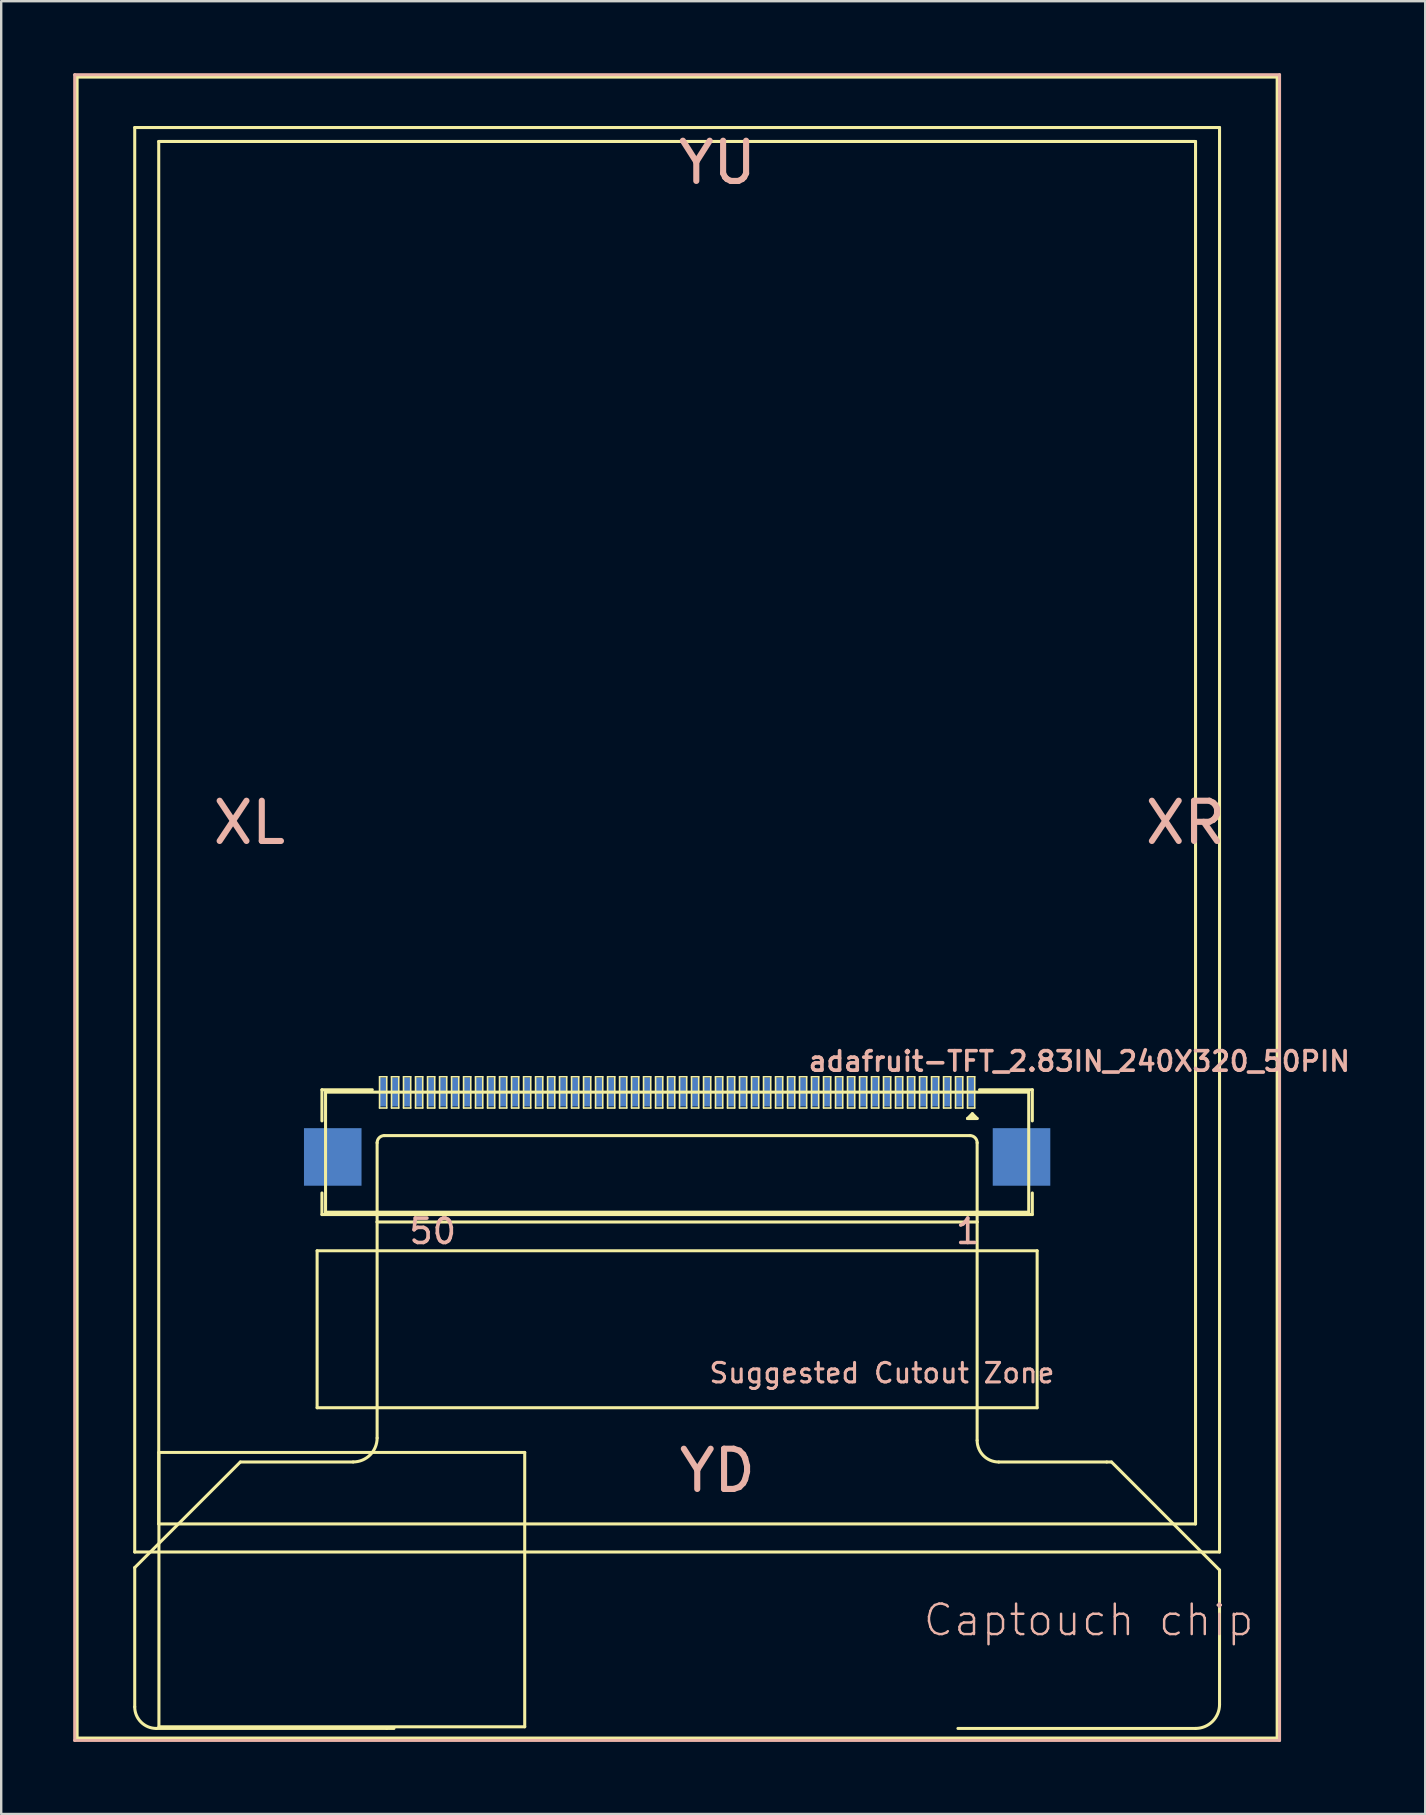
<source format=kicad_pcb>
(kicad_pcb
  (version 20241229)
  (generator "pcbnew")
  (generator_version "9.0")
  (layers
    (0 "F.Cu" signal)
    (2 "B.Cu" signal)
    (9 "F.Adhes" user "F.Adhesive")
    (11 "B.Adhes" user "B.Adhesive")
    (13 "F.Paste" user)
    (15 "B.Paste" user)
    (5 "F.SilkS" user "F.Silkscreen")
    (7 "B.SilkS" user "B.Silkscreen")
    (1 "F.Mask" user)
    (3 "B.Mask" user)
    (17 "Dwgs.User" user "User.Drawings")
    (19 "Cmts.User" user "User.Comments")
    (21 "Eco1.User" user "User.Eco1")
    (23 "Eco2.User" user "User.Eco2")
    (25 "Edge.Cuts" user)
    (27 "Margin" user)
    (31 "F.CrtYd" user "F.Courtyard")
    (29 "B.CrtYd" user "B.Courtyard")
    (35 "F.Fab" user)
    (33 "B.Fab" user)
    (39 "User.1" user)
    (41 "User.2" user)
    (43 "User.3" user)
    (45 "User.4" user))
  (footprint "adafruit-TFT_2.83IN_240X320_50PIN"
    (layer "F.Cu")
    (at 25.161 32.062)
    (property "Reference" "adafruit-TFT_2.83IN_240X320_50PIN" (at 16.756 9.106 0) (layer "B.SilkS") (effects (font (size 0.813 0.813) (thickness 0.152))))
    (attr smd)
    (fp_line (start -24.999 -31.9) (end 24.999 -31.9) (stroke (width 0.127) (type solid)) (layer "F.SilkS"))
    (fp_line (start -24.999 37.3) (end -24.999 -31.9) (stroke (width 0.127) (type solid)) (layer "F.SilkS"))
    (fp_line (start -22.598 -29.799) (end 22.598 -29.799) (stroke (width 0.127) (type solid)) (layer "F.SilkS"))
    (fp_line (start -22.598 29.548) (end -22.598 -29.799) (stroke (width 0.127) (type solid)) (layer "F.SilkS"))
    (fp_line (start -22.598 30.198) (end -18.199 25.799) (stroke (width 0.127) (type solid)) (layer "F.SilkS"))
    (fp_line (start -22.598 35.999) (end -22.598 30.198) (stroke (width 0.127) (type solid)) (layer "F.SilkS"))
    (fp_line (start -21.598 -29.218) (end 21.598 -29.218) (stroke (width 0.127) (type solid)) (layer "F.SilkS"))
    (fp_line (start -21.598 28.379) (end -21.598 -29.218) (stroke (width 0.127) (type solid)) (layer "F.SilkS"))
    (fp_line (start -21.59 25.4) (end -6.35 25.4) (stroke (width 0.127) (type solid)) (layer "F.SilkS"))
    (fp_line (start -21.59 36.83) (end -21.59 25.4) (stroke (width 0.127) (type solid)) (layer "F.SilkS"))
    (fp_line (start -18.199 25.799) (end -13.498 25.799) (stroke (width 0.127) (type solid)) (layer "F.SilkS"))
    (fp_line (start -14.999 16.998) (end 14.999 16.998) (stroke (width 0.127) (type solid)) (layer "F.SilkS"))
    (fp_line (start -14.999 23.538) (end -14.999 16.998) (stroke (width 0.127) (type solid)) (layer "F.SilkS"))
    (fp_line (start -14.798 10.29) (end -14.798 11.587) (stroke (width 0.127) (type solid)) (layer "F.SilkS"))
    (fp_line (start -14.798 15.489) (end -14.798 14.59) (stroke (width 0.127) (type solid)) (layer "F.SilkS"))
    (fp_line (start -14.648 10.389) (end -14.648 15.39) (stroke (width 0.127) (type solid)) (layer "F.SilkS"))
    (fp_line (start -12.7 10.29) (end -14.798 10.29) (stroke (width 0.127) (type solid)) (layer "F.SilkS"))
    (fp_line (start -12.499 15.799) (end -12.499 12.499) (stroke (width 0.127) (type solid)) (layer "F.SilkS"))
    (fp_line (start -12.499 15.799) (end 12.499 15.799) (stroke (width 0.127) (type solid)) (layer "F.SilkS"))
    (fp_line (start -12.499 24.798) (end -12.499 15.799) (stroke (width 0.127) (type solid)) (layer "F.SilkS"))
    (fp_line (start -12.398 9.749) (end -12.098 9.749) (stroke (width 0.066) (type solid)) (layer "F.SilkS"))
    (fp_line (start -12.398 11.049) (end -12.398 9.749) (stroke (width 0.066) (type solid)) (layer "F.SilkS"))
    (fp_line (start -12.398 11.049) (end -12.098 11.049) (stroke (width 0.066) (type solid)) (layer "F.SilkS"))
    (fp_line (start -12.2 12.2) (end 12.2 12.2) (stroke (width 0.127) (type solid)) (layer "F.SilkS"))
    (fp_line (start -12.098 11.049) (end -12.098 9.749) (stroke (width 0.066) (type solid)) (layer "F.SilkS"))
    (fp_line (start -12.098 36.899) (end -21.699 36.899) (stroke (width 0.127) (type solid)) (layer "F.SilkS"))
    (fp_line (start -11.9 9.749) (end -11.598 9.749) (stroke (width 0.066) (type solid)) (layer "F.SilkS"))
    (fp_line (start -11.9 11.049) (end -11.9 9.749) (stroke (width 0.066) (type solid)) (layer "F.SilkS"))
    (fp_line (start -11.9 11.049) (end -11.598 11.049) (stroke (width 0.066) (type solid)) (layer "F.SilkS"))
    (fp_line (start -11.798 36.899) (end -12.098 36.899) (stroke (width 0.127) (type solid)) (layer "F.SilkS"))
    (fp_line (start -11.598 11.049) (end -11.598 9.749) (stroke (width 0.066) (type solid)) (layer "F.SilkS"))
    (fp_line (start -11.4 9.749) (end -11.1 9.749) (stroke (width 0.066) (type solid)) (layer "F.SilkS"))
    (fp_line (start -11.4 11.049) (end -11.4 9.749) (stroke (width 0.066) (type solid)) (layer "F.SilkS"))
    (fp_line (start -11.4 11.049) (end -11.1 11.049) (stroke (width 0.066) (type solid)) (layer "F.SilkS"))
    (fp_line (start -11.1 11.049) (end -11.1 9.749) (stroke (width 0.066) (type solid)) (layer "F.SilkS"))
    (fp_line (start -10.899 9.749) (end -10.599 9.749) (stroke (width 0.066) (type solid)) (layer "F.SilkS"))
    (fp_line (start -10.899 11.049) (end -10.899 9.749) (stroke (width 0.066) (type solid)) (layer "F.SilkS"))
    (fp_line (start -10.899 11.049) (end -10.599 11.049) (stroke (width 0.066) (type solid)) (layer "F.SilkS"))
    (fp_line (start -10.599 11.049) (end -10.599 9.749) (stroke (width 0.066) (type solid)) (layer "F.SilkS"))
    (fp_line (start -10.399 9.749) (end -10.099 9.749) (stroke (width 0.066) (type solid)) (layer "F.SilkS"))
    (fp_line (start -10.399 11.049) (end -10.399 9.749) (stroke (width 0.066) (type solid)) (layer "F.SilkS"))
    (fp_line (start -10.399 11.049) (end -10.099 11.049) (stroke (width 0.066) (type solid)) (layer "F.SilkS"))
    (fp_line (start -10.099 11.049) (end -10.099 9.749) (stroke (width 0.066) (type solid)) (layer "F.SilkS"))
    (fp_line (start -9.898 9.749) (end -9.599 9.749) (stroke (width 0.066) (type solid)) (layer "F.SilkS"))
    (fp_line (start -9.898 11.049) (end -9.898 9.749) (stroke (width 0.066) (type solid)) (layer "F.SilkS"))
    (fp_line (start -9.898 11.049) (end -9.599 11.049) (stroke (width 0.066) (type solid)) (layer "F.SilkS"))
    (fp_line (start -9.599 11.049) (end -9.599 9.749) (stroke (width 0.066) (type solid)) (layer "F.SilkS"))
    (fp_line (start -9.398 9.749) (end -9.098 9.749) (stroke (width 0.066) (type solid)) (layer "F.SilkS"))
    (fp_line (start -9.398 11.049) (end -9.398 9.749) (stroke (width 0.066) (type solid)) (layer "F.SilkS"))
    (fp_line (start -9.398 11.049) (end -9.098 11.049) (stroke (width 0.066) (type solid)) (layer "F.SilkS"))
    (fp_line (start -9.098 11.049) (end -9.098 9.749) (stroke (width 0.066) (type solid)) (layer "F.SilkS"))
    (fp_line (start -8.898 9.749) (end -8.598 9.749) (stroke (width 0.066) (type solid)) (layer "F.SilkS"))
    (fp_line (start -8.898 11.049) (end -8.898 9.749) (stroke (width 0.066) (type solid)) (layer "F.SilkS"))
    (fp_line (start -8.898 11.049) (end -8.598 11.049) (stroke (width 0.066) (type solid)) (layer "F.SilkS"))
    (fp_line (start -8.598 11.049) (end -8.598 9.749) (stroke (width 0.066) (type solid)) (layer "F.SilkS"))
    (fp_line (start -8.4 9.749) (end -8.098 9.749) (stroke (width 0.066) (type solid)) (layer "F.SilkS"))
    (fp_line (start -8.4 11.049) (end -8.4 9.749) (stroke (width 0.066) (type solid)) (layer "F.SilkS"))
    (fp_line (start -8.4 11.049) (end -8.098 11.049) (stroke (width 0.066) (type solid)) (layer "F.SilkS"))
    (fp_line (start -8.098 11.049) (end -8.098 9.749) (stroke (width 0.066) (type solid)) (layer "F.SilkS"))
    (fp_line (start -7.899 9.749) (end -7.6 9.749) (stroke (width 0.066) (type solid)) (layer "F.SilkS"))
    (fp_line (start -7.899 11.049) (end -7.899 9.749) (stroke (width 0.066) (type solid)) (layer "F.SilkS"))
    (fp_line (start -7.899 11.049) (end -7.6 11.049) (stroke (width 0.066) (type solid)) (layer "F.SilkS"))
    (fp_line (start -7.6 11.049) (end -7.6 9.749) (stroke (width 0.066) (type solid)) (layer "F.SilkS"))
    (fp_line (start -7.399 9.749) (end -7.099 9.749) (stroke (width 0.066) (type solid)) (layer "F.SilkS"))
    (fp_line (start -7.399 11.049) (end -7.399 9.749) (stroke (width 0.066) (type solid)) (layer "F.SilkS"))
    (fp_line (start -7.399 11.049) (end -7.099 11.049) (stroke (width 0.066) (type solid)) (layer "F.SilkS"))
    (fp_line (start -7.099 11.049) (end -7.099 9.749) (stroke (width 0.066) (type solid)) (layer "F.SilkS"))
    (fp_line (start -6.899 9.749) (end -6.599 9.749) (stroke (width 0.066) (type solid)) (layer "F.SilkS"))
    (fp_line (start -6.899 11.049) (end -6.899 9.749) (stroke (width 0.066) (type solid)) (layer "F.SilkS"))
    (fp_line (start -6.899 11.049) (end -6.599 11.049) (stroke (width 0.066) (type solid)) (layer "F.SilkS"))
    (fp_line (start -6.599 11.049) (end -6.599 9.749) (stroke (width 0.066) (type solid)) (layer "F.SilkS"))
    (fp_line (start -6.398 9.749) (end -6.099 9.749) (stroke (width 0.066) (type solid)) (layer "F.SilkS"))
    (fp_line (start -6.398 11.049) (end -6.398 9.749) (stroke (width 0.066) (type solid)) (layer "F.SilkS"))
    (fp_line (start -6.398 11.049) (end -6.099 11.049) (stroke (width 0.066) (type solid)) (layer "F.SilkS"))
    (fp_line (start -6.35 25.4) (end -6.35 36.83) (stroke (width 0.127) (type solid)) (layer "F.SilkS"))
    (fp_line (start -6.35 36.83) (end -21.59 36.83) (stroke (width 0.127) (type solid)) (layer "F.SilkS"))
    (fp_line (start -6.099 11.049) (end -6.099 9.749) (stroke (width 0.066) (type solid)) (layer "F.SilkS"))
    (fp_line (start -5.898 9.749) (end -5.598 9.749) (stroke (width 0.066) (type solid)) (layer "F.SilkS"))
    (fp_line (start -5.898 11.049) (end -5.898 9.749) (stroke (width 0.066) (type solid)) (layer "F.SilkS"))
    (fp_line (start -5.898 11.049) (end -5.598 11.049) (stroke (width 0.066) (type solid)) (layer "F.SilkS"))
    (fp_line (start -5.598 11.049) (end -5.598 9.749) (stroke (width 0.066) (type solid)) (layer "F.SilkS"))
    (fp_line (start -5.397 9.749) (end -5.098 9.749) (stroke (width 0.066) (type solid)) (layer "F.SilkS"))
    (fp_line (start -5.397 11.049) (end -5.397 9.749) (stroke (width 0.066) (type solid)) (layer "F.SilkS"))
    (fp_line (start -5.397 11.049) (end -5.098 11.049) (stroke (width 0.066) (type solid)) (layer "F.SilkS"))
    (fp_line (start -5.098 11.049) (end -5.098 9.749) (stroke (width 0.066) (type solid)) (layer "F.SilkS"))
    (fp_line (start -4.9 9.749) (end -4.6 9.749) (stroke (width 0.066) (type solid)) (layer "F.SilkS"))
    (fp_line (start -4.9 11.049) (end -4.9 9.749) (stroke (width 0.066) (type solid)) (layer "F.SilkS"))
    (fp_line (start -4.9 11.049) (end -4.6 11.049) (stroke (width 0.066) (type solid)) (layer "F.SilkS"))
    (fp_line (start -4.6 11.049) (end -4.6 9.749) (stroke (width 0.066) (type solid)) (layer "F.SilkS"))
    (fp_line (start -4.399 9.749) (end -4.1 9.749) (stroke (width 0.066) (type solid)) (layer "F.SilkS"))
    (fp_line (start -4.399 11.049) (end -4.399 9.749) (stroke (width 0.066) (type solid)) (layer "F.SilkS"))
    (fp_line (start -4.399 11.049) (end -4.1 11.049) (stroke (width 0.066) (type solid)) (layer "F.SilkS"))
    (fp_line (start -4.1 11.049) (end -4.1 9.749) (stroke (width 0.066) (type solid)) (layer "F.SilkS"))
    (fp_line (start -3.899 9.749) (end -3.599 9.749) (stroke (width 0.066) (type solid)) (layer "F.SilkS"))
    (fp_line (start -3.899 11.049) (end -3.899 9.749) (stroke (width 0.066) (type solid)) (layer "F.SilkS"))
    (fp_line (start -3.899 11.049) (end -3.599 11.049) (stroke (width 0.066) (type solid)) (layer "F.SilkS"))
    (fp_line (start -3.599 11.049) (end -3.599 9.749) (stroke (width 0.066) (type solid)) (layer "F.SilkS"))
    (fp_line (start -3.399 9.749) (end -3.099 9.749) (stroke (width 0.066) (type solid)) (layer "F.SilkS"))
    (fp_line (start -3.399 11.049) (end -3.399 9.749) (stroke (width 0.066) (type solid)) (layer "F.SilkS"))
    (fp_line (start -3.399 11.049) (end -3.099 11.049) (stroke (width 0.066) (type solid)) (layer "F.SilkS"))
    (fp_line (start -3.099 11.049) (end -3.099 9.749) (stroke (width 0.066) (type solid)) (layer "F.SilkS"))
    (fp_line (start -2.898 9.749) (end -2.598 9.749) (stroke (width 0.066) (type solid)) (layer "F.SilkS"))
    (fp_line (start -2.898 11.049) (end -2.898 9.749) (stroke (width 0.066) (type solid)) (layer "F.SilkS"))
    (fp_line (start -2.898 11.049) (end -2.598 11.049) (stroke (width 0.066) (type solid)) (layer "F.SilkS"))
    (fp_line (start -2.598 11.049) (end -2.598 9.749) (stroke (width 0.066) (type solid)) (layer "F.SilkS"))
    (fp_line (start -2.398 9.749) (end -2.098 9.749) (stroke (width 0.066) (type solid)) (layer "F.SilkS"))
    (fp_line (start -2.398 11.049) (end -2.398 9.749) (stroke (width 0.066) (type solid)) (layer "F.SilkS"))
    (fp_line (start -2.398 11.049) (end -2.098 11.049) (stroke (width 0.066) (type solid)) (layer "F.SilkS"))
    (fp_line (start -2.098 11.049) (end -2.098 9.749) (stroke (width 0.066) (type solid)) (layer "F.SilkS"))
    (fp_line (start -1.9 9.749) (end -1.598 9.749) (stroke (width 0.066) (type solid)) (layer "F.SilkS"))
    (fp_line (start -1.9 11.049) (end -1.9 9.749) (stroke (width 0.066) (type solid)) (layer "F.SilkS"))
    (fp_line (start -1.9 11.049) (end -1.598 11.049) (stroke (width 0.066) (type solid)) (layer "F.SilkS"))
    (fp_line (start -1.598 11.049) (end -1.598 9.749) (stroke (width 0.066) (type solid)) (layer "F.SilkS"))
    (fp_line (start -1.4 9.749) (end -1.1 9.749) (stroke (width 0.066) (type solid)) (layer "F.SilkS"))
    (fp_line (start -1.4 11.049) (end -1.4 9.749) (stroke (width 0.066) (type solid)) (layer "F.SilkS"))
    (fp_line (start -1.4 11.049) (end -1.1 11.049) (stroke (width 0.066) (type solid)) (layer "F.SilkS"))
    (fp_line (start -1.1 11.049) (end -1.1 9.749) (stroke (width 0.066) (type solid)) (layer "F.SilkS"))
    (fp_line (start -0.899 9.749) (end -0.599 9.749) (stroke (width 0.066) (type solid)) (layer "F.SilkS"))
    (fp_line (start -0.899 11.049) (end -0.899 9.749) (stroke (width 0.066) (type solid)) (layer "F.SilkS"))
    (fp_line (start -0.899 11.049) (end -0.599 11.049) (stroke (width 0.066) (type solid)) (layer "F.SilkS"))
    (fp_line (start -0.599 11.049) (end -0.599 9.749) (stroke (width 0.066) (type solid)) (layer "F.SilkS"))
    (fp_line (start -0.399 9.749) (end -0.099 9.749) (stroke (width 0.066) (type solid)) (layer "F.SilkS"))
    (fp_line (start -0.399 11.049) (end -0.399 9.749) (stroke (width 0.066) (type solid)) (layer "F.SilkS"))
    (fp_line (start -0.399 11.049) (end -0.099 11.049) (stroke (width 0.066) (type solid)) (layer "F.SilkS"))
    (fp_line (start -0.099 11.049) (end -0.099 9.749) (stroke (width 0.066) (type solid)) (layer "F.SilkS"))
    (fp_line (start 0.099 9.749) (end 0.399 9.749) (stroke (width 0.066) (type solid)) (layer "F.SilkS"))
    (fp_line (start 0.099 11.049) (end 0.099 9.749) (stroke (width 0.066) (type solid)) (layer "F.SilkS"))
    (fp_line (start 0.099 11.049) (end 0.399 11.049) (stroke (width 0.066) (type solid)) (layer "F.SilkS"))
    (fp_line (start 0.399 11.049) (end 0.399 9.749) (stroke (width 0.066) (type solid)) (layer "F.SilkS"))
    (fp_line (start 0.599 9.749) (end 0.899 9.749) (stroke (width 0.066) (type solid)) (layer "F.SilkS"))
    (fp_line (start 0.599 11.049) (end 0.599 9.749) (stroke (width 0.066) (type solid)) (layer "F.SilkS"))
    (fp_line (start 0.599 11.049) (end 0.899 11.049) (stroke (width 0.066) (type solid)) (layer "F.SilkS"))
    (fp_line (start 0.899 11.049) (end 0.899 9.749) (stroke (width 0.066) (type solid)) (layer "F.SilkS"))
    (fp_line (start 1.1 9.749) (end 1.4 9.749) (stroke (width 0.066) (type solid)) (layer "F.SilkS"))
    (fp_line (start 1.1 11.049) (end 1.1 9.749) (stroke (width 0.066) (type solid)) (layer "F.SilkS"))
    (fp_line (start 1.1 11.049) (end 1.4 11.049) (stroke (width 0.066) (type solid)) (layer "F.SilkS"))
    (fp_line (start 1.4 11.049) (end 1.4 9.749) (stroke (width 0.066) (type solid)) (layer "F.SilkS"))
    (fp_line (start 1.598 9.749) (end 1.9 9.749) (stroke (width 0.066) (type solid)) (layer "F.SilkS"))
    (fp_line (start 1.598 11.049) (end 1.598 9.749) (stroke (width 0.066) (type solid)) (layer "F.SilkS"))
    (fp_line (start 1.598 11.049) (end 1.9 11.049) (stroke (width 0.066) (type solid)) (layer "F.SilkS"))
    (fp_line (start 1.9 11.049) (end 1.9 9.749) (stroke (width 0.066) (type solid)) (layer "F.SilkS"))
    (fp_line (start 2.098 9.749) (end 2.398 9.749) (stroke (width 0.066) (type solid)) (layer "F.SilkS"))
    (fp_line (start 2.098 11.049) (end 2.098 9.749) (stroke (width 0.066) (type solid)) (layer "F.SilkS"))
    (fp_line (start 2.098 11.049) (end 2.398 11.049) (stroke (width 0.066) (type solid)) (layer "F.SilkS"))
    (fp_line (start 2.398 11.049) (end 2.398 9.749) (stroke (width 0.066) (type solid)) (layer "F.SilkS"))
    (fp_line (start 2.598 9.749) (end 2.898 9.749) (stroke (width 0.066) (type solid)) (layer "F.SilkS"))
    (fp_line (start 2.598 11.049) (end 2.598 9.749) (stroke (width 0.066) (type solid)) (layer "F.SilkS"))
    (fp_line (start 2.598 11.049) (end 2.898 11.049) (stroke (width 0.066) (type solid)) (layer "F.SilkS"))
    (fp_line (start 2.898 11.049) (end 2.898 9.749) (stroke (width 0.066) (type solid)) (layer "F.SilkS"))
    (fp_line (start 3.099 9.749) (end 3.399 9.749) (stroke (width 0.066) (type solid)) (layer "F.SilkS"))
    (fp_line (start 3.099 11.049) (end 3.099 9.749) (stroke (width 0.066) (type solid)) (layer "F.SilkS"))
    (fp_line (start 3.099 11.049) (end 3.399 11.049) (stroke (width 0.066) (type solid)) (layer "F.SilkS"))
    (fp_line (start 3.399 11.049) (end 3.399 9.749) (stroke (width 0.066) (type solid)) (layer "F.SilkS"))
    (fp_line (start 3.599 9.749) (end 3.899 9.749) (stroke (width 0.066) (type solid)) (layer "F.SilkS"))
    (fp_line (start 3.599 11.049) (end 3.599 9.749) (stroke (width 0.066) (type solid)) (layer "F.SilkS"))
    (fp_line (start 3.599 11.049) (end 3.899 11.049) (stroke (width 0.066) (type solid)) (layer "F.SilkS"))
    (fp_line (start 3.899 11.049) (end 3.899 9.749) (stroke (width 0.066) (type solid)) (layer "F.SilkS"))
    (fp_line (start 4.1 9.749) (end 4.399 9.749) (stroke (width 0.066) (type solid)) (layer "F.SilkS"))
    (fp_line (start 4.1 11.049) (end 4.1 9.749) (stroke (width 0.066) (type solid)) (layer "F.SilkS"))
    (fp_line (start 4.1 11.049) (end 4.399 11.049) (stroke (width 0.066) (type solid)) (layer "F.SilkS"))
    (fp_line (start 4.399 11.049) (end 4.399 9.749) (stroke (width 0.066) (type solid)) (layer "F.SilkS"))
    (fp_line (start 4.6 9.749) (end 4.9 9.749) (stroke (width 0.066) (type solid)) (layer "F.SilkS"))
    (fp_line (start 4.6 11.049) (end 4.6 9.749) (stroke (width 0.066) (type solid)) (layer "F.SilkS"))
    (fp_line (start 4.6 11.049) (end 4.9 11.049) (stroke (width 0.066) (type solid)) (layer "F.SilkS"))
    (fp_line (start 4.9 11.049) (end 4.9 9.749) (stroke (width 0.066) (type solid)) (layer "F.SilkS"))
    (fp_line (start 5.098 9.749) (end 5.397 9.749) (stroke (width 0.066) (type solid)) (layer "F.SilkS"))
    (fp_line (start 5.098 11.049) (end 5.098 9.749) (stroke (width 0.066) (type solid)) (layer "F.SilkS"))
    (fp_line (start 5.098 11.049) (end 5.397 11.049) (stroke (width 0.066) (type solid)) (layer "F.SilkS"))
    (fp_line (start 5.397 11.049) (end 5.397 9.749) (stroke (width 0.066) (type solid)) (layer "F.SilkS"))
    (fp_line (start 5.598 9.749) (end 5.898 9.749) (stroke (width 0.066) (type solid)) (layer "F.SilkS"))
    (fp_line (start 5.598 11.049) (end 5.598 9.749) (stroke (width 0.066) (type solid)) (layer "F.SilkS"))
    (fp_line (start 5.598 11.049) (end 5.898 11.049) (stroke (width 0.066) (type solid)) (layer "F.SilkS"))
    (fp_line (start 5.898 11.049) (end 5.898 9.749) (stroke (width 0.066) (type solid)) (layer "F.SilkS"))
    (fp_line (start 6.099 9.749) (end 6.398 9.749) (stroke (width 0.066) (type solid)) (layer "F.SilkS"))
    (fp_line (start 6.099 11.049) (end 6.099 9.749) (stroke (width 0.066) (type solid)) (layer "F.SilkS"))
    (fp_line (start 6.099 11.049) (end 6.398 11.049) (stroke (width 0.066) (type solid)) (layer "F.SilkS"))
    (fp_line (start 6.398 11.049) (end 6.398 9.749) (stroke (width 0.066) (type solid)) (layer "F.SilkS"))
    (fp_line (start 6.599 9.749) (end 6.899 9.749) (stroke (width 0.066) (type solid)) (layer "F.SilkS"))
    (fp_line (start 6.599 11.049) (end 6.599 9.749) (stroke (width 0.066) (type solid)) (layer "F.SilkS"))
    (fp_line (start 6.599 11.049) (end 6.899 11.049) (stroke (width 0.066) (type solid)) (layer "F.SilkS"))
    (fp_line (start 6.899 11.049) (end 6.899 9.749) (stroke (width 0.066) (type solid)) (layer "F.SilkS"))
    (fp_line (start 7.099 9.749) (end 7.399 9.749) (stroke (width 0.066) (type solid)) (layer "F.SilkS"))
    (fp_line (start 7.099 11.049) (end 7.099 9.749) (stroke (width 0.066) (type solid)) (layer "F.SilkS"))
    (fp_line (start 7.099 11.049) (end 7.399 11.049) (stroke (width 0.066) (type solid)) (layer "F.SilkS"))
    (fp_line (start 7.399 11.049) (end 7.399 9.749) (stroke (width 0.066) (type solid)) (layer "F.SilkS"))
    (fp_line (start 7.6 9.749) (end 7.899 9.749) (stroke (width 0.066) (type solid)) (layer "F.SilkS"))
    (fp_line (start 7.6 11.049) (end 7.6 9.749) (stroke (width 0.066) (type solid)) (layer "F.SilkS"))
    (fp_line (start 7.6 11.049) (end 7.899 11.049) (stroke (width 0.066) (type solid)) (layer "F.SilkS"))
    (fp_line (start 7.899 11.049) (end 7.899 9.749) (stroke (width 0.066) (type solid)) (layer "F.SilkS"))
    (fp_line (start 8.098 9.749) (end 8.4 9.749) (stroke (width 0.066) (type solid)) (layer "F.SilkS"))
    (fp_line (start 8.098 11.049) (end 8.098 9.749) (stroke (width 0.066) (type solid)) (layer "F.SilkS"))
    (fp_line (start 8.098 11.049) (end 8.4 11.049) (stroke (width 0.066) (type solid)) (layer "F.SilkS"))
    (fp_line (start 8.4 11.049) (end 8.4 9.749) (stroke (width 0.066) (type solid)) (layer "F.SilkS"))
    (fp_line (start 8.598 9.749) (end 8.898 9.749) (stroke (width 0.066) (type solid)) (layer "F.SilkS"))
    (fp_line (start 8.598 11.049) (end 8.598 9.749) (stroke (width 0.066) (type solid)) (layer "F.SilkS"))
    (fp_line (start 8.598 11.049) (end 8.898 11.049) (stroke (width 0.066) (type solid)) (layer "F.SilkS"))
    (fp_line (start 8.898 11.049) (end 8.898 9.749) (stroke (width 0.066) (type solid)) (layer "F.SilkS"))
    (fp_line (start 9.098 9.749) (end 9.398 9.749) (stroke (width 0.066) (type solid)) (layer "F.SilkS"))
    (fp_line (start 9.098 11.049) (end 9.098 9.749) (stroke (width 0.066) (type solid)) (layer "F.SilkS"))
    (fp_line (start 9.098 11.049) (end 9.398 11.049) (stroke (width 0.066) (type solid)) (layer "F.SilkS"))
    (fp_line (start 9.398 11.049) (end 9.398 9.749) (stroke (width 0.066) (type solid)) (layer "F.SilkS"))
    (fp_line (start 9.599 9.749) (end 9.898 9.749) (stroke (width 0.066) (type solid)) (layer "F.SilkS"))
    (fp_line (start 9.599 11.049) (end 9.599 9.749) (stroke (width 0.066) (type solid)) (layer "F.SilkS"))
    (fp_line (start 9.599 11.049) (end 9.898 11.049) (stroke (width 0.066) (type solid)) (layer "F.SilkS"))
    (fp_line (start 9.898 11.049) (end 9.898 9.749) (stroke (width 0.066) (type solid)) (layer "F.SilkS"))
    (fp_line (start 10.099 9.749) (end 10.399 9.749) (stroke (width 0.066) (type solid)) (layer "F.SilkS"))
    (fp_line (start 10.099 11.049) (end 10.099 9.749) (stroke (width 0.066) (type solid)) (layer "F.SilkS"))
    (fp_line (start 10.099 11.049) (end 10.399 11.049) (stroke (width 0.066) (type solid)) (layer "F.SilkS"))
    (fp_line (start 10.399 11.049) (end 10.399 9.749) (stroke (width 0.066) (type solid)) (layer "F.SilkS"))
    (fp_line (start 10.599 9.749) (end 10.899 9.749) (stroke (width 0.066) (type solid)) (layer "F.SilkS"))
    (fp_line (start 10.599 11.049) (end 10.599 9.749) (stroke (width 0.066) (type solid)) (layer "F.SilkS"))
    (fp_line (start 10.599 11.049) (end 10.899 11.049) (stroke (width 0.066) (type solid)) (layer "F.SilkS"))
    (fp_line (start 10.899 11.049) (end 10.899 9.749) (stroke (width 0.066) (type solid)) (layer "F.SilkS"))
    (fp_line (start 11.1 9.749) (end 11.4 9.749) (stroke (width 0.066) (type solid)) (layer "F.SilkS"))
    (fp_line (start 11.1 11.049) (end 11.1 9.749) (stroke (width 0.066) (type solid)) (layer "F.SilkS"))
    (fp_line (start 11.1 11.049) (end 11.4 11.049) (stroke (width 0.066) (type solid)) (layer "F.SilkS"))
    (fp_line (start 11.4 11.049) (end 11.4 9.749) (stroke (width 0.066) (type solid)) (layer "F.SilkS"))
    (fp_line (start 11.598 9.749) (end 11.9 9.749) (stroke (width 0.066) (type solid)) (layer "F.SilkS"))
    (fp_line (start 11.598 11.049) (end 11.598 9.749) (stroke (width 0.066) (type solid)) (layer "F.SilkS"))
    (fp_line (start 11.598 11.049) (end 11.9 11.049) (stroke (width 0.066) (type solid)) (layer "F.SilkS"))
    (fp_line (start 11.9 11.049) (end 11.9 9.749) (stroke (width 0.066) (type solid)) (layer "F.SilkS"))
    (fp_line (start 12.098 9.749) (end 12.398 9.749) (stroke (width 0.066) (type solid)) (layer "F.SilkS"))
    (fp_line (start 12.098 11.049) (end 12.098 9.749) (stroke (width 0.066) (type solid)) (layer "F.SilkS"))
    (fp_line (start 12.098 11.049) (end 12.398 11.049) (stroke (width 0.066) (type solid)) (layer "F.SilkS"))
    (fp_line (start 12.098 11.488) (end 12.398 11.488) (stroke (width 0.127) (type solid)) (layer "F.SilkS"))
    (fp_line (start 12.299 11.288) (end 12.098 11.488) (stroke (width 0.127) (type solid)) (layer "F.SilkS"))
    (fp_line (start 12.398 11.049) (end 12.398 9.749) (stroke (width 0.066) (type solid)) (layer "F.SilkS"))
    (fp_line (start 12.398 11.488) (end 12.299 11.389) (stroke (width 0.127) (type solid)) (layer "F.SilkS"))
    (fp_line (start 12.499 11.488) (end 12.299 11.288) (stroke (width 0.127) (type solid)) (layer "F.SilkS"))
    (fp_line (start 12.499 11.488) (end 12.398 11.488) (stroke (width 0.127) (type solid)) (layer "F.SilkS"))
    (fp_line (start 12.499 12.499) (end 12.499 15.799) (stroke (width 0.127) (type solid)) (layer "F.SilkS"))
    (fp_line (start 12.499 15.799) (end 12.499 24.9) (stroke (width 0.127) (type solid)) (layer "F.SilkS"))
    (fp_line (start 12.598 10.29) (end 14.798 10.29) (stroke (width 0.127) (type solid)) (layer "F.SilkS"))
    (fp_line (start 13.399 25.799) (end 17.899 25.799) (stroke (width 0.127) (type solid)) (layer "F.SilkS"))
    (fp_line (start 14.648 10.389) (end -14.648 10.389) (stroke (width 0.127) (type solid)) (layer "F.SilkS"))
    (fp_line (start 14.648 15.39) (end -14.648 15.39) (stroke (width 0.127) (type solid)) (layer "F.SilkS"))
    (fp_line (start 14.648 15.39) (end 14.648 10.389) (stroke (width 0.127) (type solid)) (layer "F.SilkS"))
    (fp_line (start 14.798 10.29) (end 14.798 11.587) (stroke (width 0.127) (type solid)) (layer "F.SilkS"))
    (fp_line (start 14.798 14.59) (end 14.798 15.489) (stroke (width 0.127) (type solid)) (layer "F.SilkS"))
    (fp_line (start 14.798 15.489) (end -14.798 15.489) (stroke (width 0.127) (type solid)) (layer "F.SilkS"))
    (fp_line (start 14.999 16.998) (end 14.999 23.538) (stroke (width 0.127) (type solid)) (layer "F.SilkS"))
    (fp_line (start 14.999 23.538) (end -14.999 23.538) (stroke (width 0.127) (type solid)) (layer "F.SilkS"))
    (fp_line (start 17.899 25.799) (end 18.098 25.799) (stroke (width 0.127) (type solid)) (layer "F.SilkS"))
    (fp_line (start 18.098 25.799) (end 22.598 30.3) (stroke (width 0.127) (type solid)) (layer "F.SilkS"))
    (fp_line (start 21.598 -29.218) (end 21.598 28.379) (stroke (width 0.127) (type solid)) (layer "F.SilkS"))
    (fp_line (start 21.598 28.379) (end -21.598 28.379) (stroke (width 0.127) (type solid)) (layer "F.SilkS"))
    (fp_line (start 21.598 36.899) (end 11.699 36.899) (stroke (width 0.127) (type solid)) (layer "F.SilkS"))
    (fp_line (start 22.598 -29.799) (end 22.598 29.548) (stroke (width 0.127) (type solid)) (layer "F.SilkS"))
    (fp_line (start 22.598 29.548) (end -22.598 29.548) (stroke (width 0.127) (type solid)) (layer "F.SilkS"))
    (fp_line (start 22.598 30.3) (end 22.598 35.898) (stroke (width 0.127) (type solid)) (layer "F.SilkS"))
    (fp_line (start 24.999 -31.9) (end 24.999 37.3) (stroke (width 0.127) (type solid)) (layer "F.SilkS"))
    (fp_line (start 24.999 37.3) (end -24.999 37.3) (stroke (width 0.127) (type solid)) (layer "F.SilkS"))
    (fp_arc (start -21.69922 36.89858) (mid -22.335022 36.635222) (end -22.59838 35.99942) (stroke (width 0.127) (type solid)) (layer "F.SilkS"))
    (fp_arc (start -12.49934 12.49934) (mid -12.411554 12.287406) (end -12.19962 12.19962) (stroke (width 0.127) (type solid)) (layer "F.SilkS"))
    (fp_arc (start -12.49934 24.79802) (mid -12.791712 25.503868) (end -13.49756 25.79624) (stroke (width 0.127) (type solid)) (layer "F.SilkS"))
    (fp_arc (start 12.19962 12.19962) (mid 12.411554 12.287406) (end 12.49934 12.49934) (stroke (width 0.127) (type solid)) (layer "F.SilkS"))
    (fp_arc (start 13.3985 25.79878) (mid 12.762698 25.535422) (end 12.49934 24.89962) (stroke (width 0.127) (type solid)) (layer "F.SilkS"))
    (fp_arc (start 22.59838 35.89782) (mid 22.305264 36.605464) (end 21.59762 36.89858) (stroke (width 0.127) (type solid)) (layer "F.SilkS"))
    (fp_line (start -25.098 -31.999) (end 25.098 -31.999) (stroke (width 0.127) (type solid)) (layer "B.SilkS"))
    (fp_line (start -25.098 37.399) (end -25.098 -31.999) (stroke (width 0.127) (type solid)) (layer "B.SilkS"))
    (fp_line (start 25.098 -31.999) (end 25.098 37.399) (stroke (width 0.127) (type solid)) (layer "B.SilkS"))
    (fp_line (start 25.098 37.399) (end -25.098 37.399) (stroke (width 0.127) (type solid)) (layer "B.SilkS"))
    (fp_text user "Suggested Cutout Zone" (at 8.534 22.093 0) (layer "B.SilkS") (effects (font (size 0.813 0.813) (thickness 0.127))))
    (fp_text user "YD" (at 1.676 26.159 0) (layer "B.SilkS") (effects (font (size 1.676 1.676) (thickness 0.254))))
    (fp_text user "YU" (at 1.676 -28.336 0) (layer "B.SilkS") (effects (font (size 1.676 1.676) (thickness 0.254))))
    (fp_text user "1" (at 12.106 16.19 0) (layer "B.SilkS") (effects (font (size 1.016 1.016) (thickness 0.152))))
    (fp_text user "XL" (at -17.823 -0.838 0) (layer "B.SilkS") (effects (font (size 1.676 1.676) (thickness 0.254))))
    (fp_text user "Captouch chip" (at 17.145 32.385 0) (layer "B.SilkS") (effects (font (size 1.27 1.27) (thickness 0.102))))
    (fp_text user "50" (at -10.183 16.19 0) (layer "B.SilkS") (effects (font (size 1.016 1.016) (thickness 0.152))))
    (fp_text user "XR" (at 21.176 -0.838 0) (layer "B.SilkS") (effects (font (size 1.676 1.676) (thickness 0.254))))
    (pad "1" smd rect (at 12.248 10.389 180) (size 0.274 1.199) (layers "B.Cu" "B.Mask"))
    (pad "2" smd rect (at 11.748 10.389 180) (size 0.274 1.199) (layers "B.Cu" "B.Mask"))
    (pad "3" smd rect (at 11.25 10.389 180) (size 0.274 1.199) (layers "B.Cu" "B.Mask"))
    (pad "4" smd rect (at 10.749 10.389 180) (size 0.274 1.199) (layers "B.Cu" "B.Mask"))
    (pad "5" smd rect (at 10.249 10.389 180) (size 0.274 1.199) (layers "B.Cu" "B.Mask"))
    (pad "6" smd rect (at 9.749 10.389 180) (size 0.274 1.199) (layers "B.Cu" "B.Mask"))
    (pad "7" smd rect (at 9.248 10.389 180) (size 0.274 1.199) (layers "B.Cu" "B.Mask"))
    (pad "8" smd rect (at 8.748 10.389 180) (size 0.274 1.199) (layers "B.Cu" "B.Mask"))
    (pad "9" smd rect (at 8.25 10.389 180) (size 0.274 1.199) (layers "B.Cu" "B.Mask"))
    (pad "10" smd rect (at 7.75 10.389 180) (size 0.274 1.199) (layers "B.Cu" "B.Mask"))
    (pad "11" smd rect (at 7.249 10.389 180) (size 0.274 1.199) (layers "B.Cu" "B.Mask"))
    (pad "12" smd rect (at 6.749 10.389 180) (size 0.274 1.199) (layers "B.Cu" "B.Mask"))
    (pad "13" smd rect (at 6.248 10.389 180) (size 0.274 1.199) (layers "B.Cu" "B.Mask"))
    (pad "14" smd rect (at 5.748 10.389 180) (size 0.274 1.199) (layers "B.Cu" "B.Mask"))
    (pad "15" smd rect (at 5.248 10.389 180) (size 0.274 1.199) (layers "B.Cu" "B.Mask"))
    (pad "16" smd rect (at 4.75 10.389 180) (size 0.274 1.199) (layers "B.Cu" "B.Mask"))
    (pad "17" smd rect (at 4.249 10.389 180) (size 0.274 1.199) (layers "B.Cu" "B.Mask"))
    (pad "18" smd rect (at 3.749 10.389 180) (size 0.274 1.199) (layers "B.Cu" "B.Mask"))
    (pad "19" smd rect (at 3.249 10.389 180) (size 0.274 1.199) (layers "B.Cu" "B.Mask"))
    (pad "20" smd rect (at 2.748 10.389 180) (size 0.274 1.199) (layers "B.Cu" "B.Mask"))
    (pad "21" smd rect (at 2.248 10.389 180) (size 0.274 1.199) (layers "B.Cu" "B.Mask"))
    (pad "22" smd rect (at 1.748 10.389 180) (size 0.274 1.199) (layers "B.Cu" "B.Mask"))
    (pad "23" smd rect (at 1.25 10.389 180) (size 0.274 1.199) (layers "B.Cu" "B.Mask"))
    (pad "24" smd rect (at 0.749 10.389 180) (size 0.274 1.199) (layers "B.Cu" "B.Mask"))
    (pad "25" smd rect (at 0.249 10.389 180) (size 0.274 1.199) (layers "B.Cu" "B.Mask"))
    (pad "26" smd rect (at -0.249 10.389 180) (size 0.274 1.199) (layers "B.Cu" "B.Mask"))
    (pad "27" smd rect (at -0.749 10.389 180) (size 0.274 1.199) (layers "B.Cu" "B.Mask"))
    (pad "28" smd rect (at -1.25 10.389 180) (size 0.274 1.199) (layers "B.Cu" "B.Mask"))
    (pad "29" smd rect (at -1.748 10.389 180) (size 0.274 1.199) (layers "B.Cu" "B.Mask"))
    (pad "30" smd rect (at -2.248 10.389 180) (size 0.274 1.199) (layers "B.Cu" "B.Mask"))
    (pad "31" smd rect (at -2.748 10.389 180) (size 0.274 1.199) (layers "B.Cu" "B.Mask"))
    (pad "32" smd rect (at -3.249 10.389 180) (size 0.274 1.199) (layers "B.Cu" "B.Mask"))
    (pad "33" smd rect (at -3.749 10.389 180) (size 0.274 1.199) (layers "B.Cu" "B.Mask"))
    (pad "34" smd rect (at -4.249 10.389 180) (size 0.274 1.199) (layers "B.Cu" "B.Mask"))
    (pad "35" smd rect (at -4.75 10.389 180) (size 0.274 1.199) (layers "B.Cu" "B.Mask"))
    (pad "36" smd rect (at -5.248 10.389 180) (size 0.274 1.199) (layers "B.Cu" "B.Mask"))
    (pad "37" smd rect (at -5.748 10.389 180) (size 0.274 1.199) (layers "B.Cu" "B.Mask"))
    (pad "38" smd rect (at -6.248 10.389 180) (size 0.274 1.199) (layers "B.Cu" "B.Mask"))
    (pad "39" smd rect (at -6.749 10.389 180) (size 0.274 1.199) (layers "B.Cu" "B.Mask"))
    (pad "40" smd rect (at -7.249 10.389 180) (size 0.274 1.199) (layers "B.Cu" "B.Mask"))
    (pad "41" smd rect (at -7.75 10.389 180) (size 0.274 1.199) (layers "B.Cu" "B.Mask"))
    (pad "42" smd rect (at -8.25 10.389 180) (size 0.274 1.199) (layers "B.Cu" "B.Mask"))
    (pad "43" smd rect (at -8.748 10.389 180) (size 0.274 1.199) (layers "B.Cu" "B.Mask"))
    (pad "44" smd rect (at -9.248 10.389 180) (size 0.274 1.199) (layers "B.Cu" "B.Mask"))
    (pad "45" smd rect (at -9.749 10.389 180) (size 0.274 1.199) (layers "B.Cu" "B.Mask"))
    (pad "46" smd rect (at -10.249 10.389 180) (size 0.274 1.199) (layers "B.Cu" "B.Mask"))
    (pad "47" smd rect (at -10.749 10.389 180) (size 0.274 1.199) (layers "B.Cu" "B.Mask"))
    (pad "48" smd rect (at -11.25 10.389 180) (size 0.274 1.199) (layers "B.Cu" "B.Mask"))
    (pad "49" smd rect (at -11.748 10.389 180) (size 0.274 1.199) (layers "B.Cu" "B.Mask"))
    (pad "50" smd rect (at -12.248 10.389 180) (size 0.274 1.199) (layers "B.Cu" "B.Mask"))
    (pad "PAD1" smd rect (at 14.348 13.089 180) (size 2.398 2.398) (layers "B.Cu" "B.Mask"))
    (pad "PAD2" smd rect (at -14.348 13.089 180) (size 2.398 2.398) (layers "B.Cu" "B.Mask")))
  (gr_rect
    (start -3 -3)
    (end 56.328 72.525)
    (stroke (width 0.1) (type default))
    (fill no)
    (layer "Edge.Cuts")))
</source>
